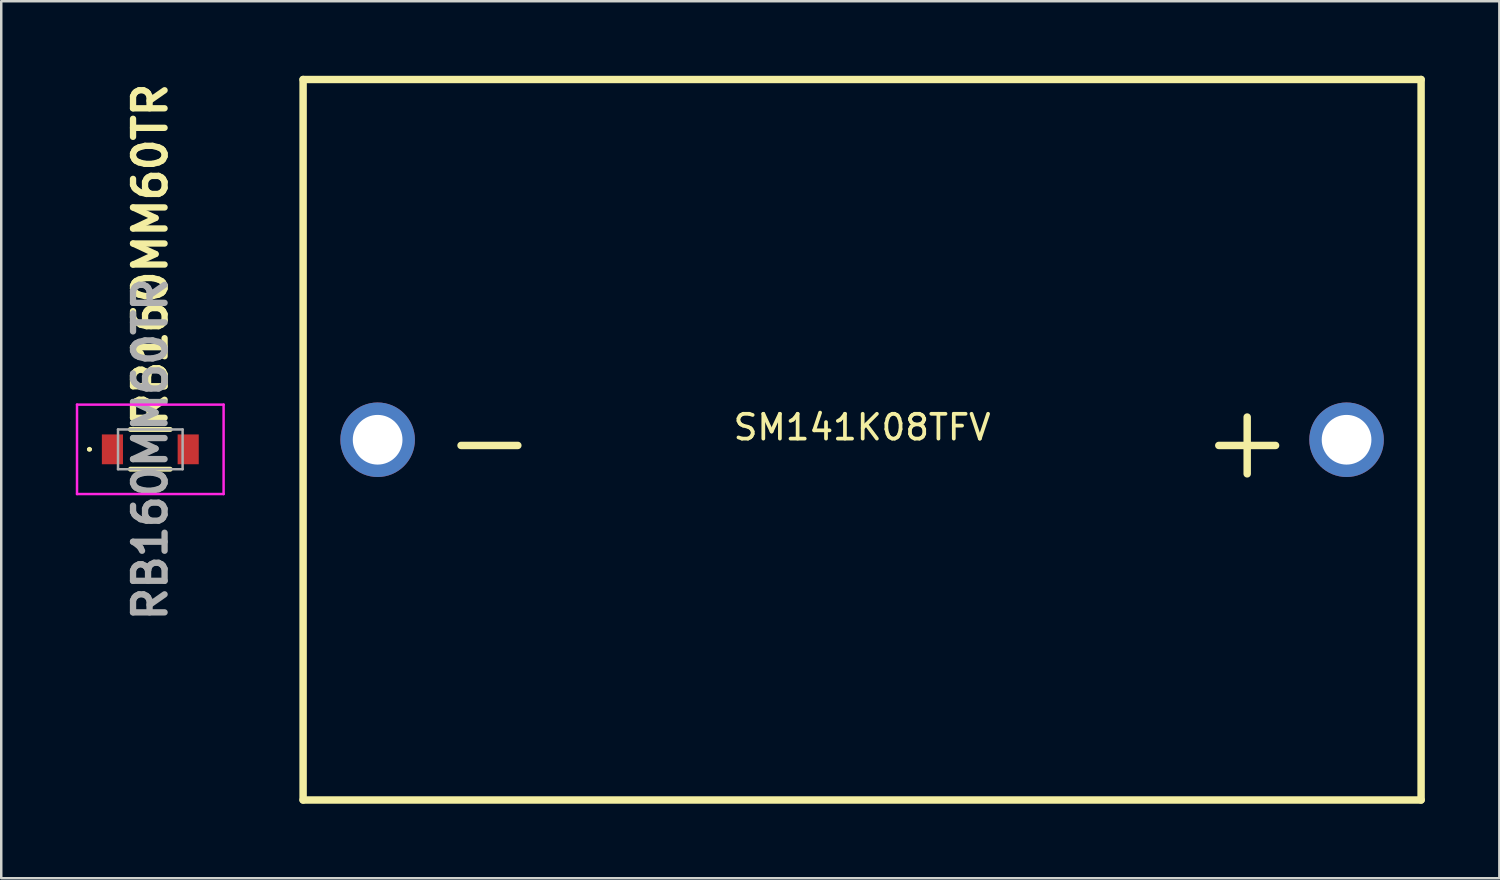
<source format=kicad_pcb>
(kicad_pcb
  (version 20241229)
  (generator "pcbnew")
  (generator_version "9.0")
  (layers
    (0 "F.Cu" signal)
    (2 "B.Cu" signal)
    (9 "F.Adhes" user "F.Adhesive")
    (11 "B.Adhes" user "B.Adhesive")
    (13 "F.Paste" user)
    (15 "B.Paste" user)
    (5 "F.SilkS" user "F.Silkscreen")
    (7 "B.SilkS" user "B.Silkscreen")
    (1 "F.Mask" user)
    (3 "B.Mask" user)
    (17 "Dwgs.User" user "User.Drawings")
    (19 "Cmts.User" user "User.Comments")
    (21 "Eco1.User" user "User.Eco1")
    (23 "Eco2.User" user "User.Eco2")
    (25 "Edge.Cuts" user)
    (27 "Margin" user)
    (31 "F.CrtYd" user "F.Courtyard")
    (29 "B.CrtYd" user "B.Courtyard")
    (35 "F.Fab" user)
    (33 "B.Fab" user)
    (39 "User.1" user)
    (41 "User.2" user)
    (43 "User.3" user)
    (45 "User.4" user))
  (footprint "RB160MM60TR"
    (layer "F.Cu")
    (at 3 15.036)
    (property "Reference" "RB160MM60TR" (at 0 -0.8 90) (layer "F.SilkS") (effects (font (size 1.27 1.27) (thickness 0.254)) (justify left)))
    (attr smd)
    (fp_line (start -2.5 0) (end -2.5 0) (stroke (width 0.1) (type solid)) (layer "F.SilkS"))
    (fp_line (start -2.4 0) (end -2.4 0) (stroke (width 0.1) (type solid)) (layer "F.SilkS"))
    (fp_line (start -0.8 -0.8) (end 0.8 -0.8) (stroke (width 0.2) (type solid)) (layer "F.SilkS"))
    (fp_line (start -0.8 0.8) (end 0.8 0.8) (stroke (width 0.2) (type solid)) (layer "F.SilkS"))
    (fp_arc (start -2.5 0) (mid -2.45 -0.05) (end -2.4 0) (stroke (width 0.1) (type solid)) (layer "F.SilkS"))
    (fp_arc (start -2.4 0) (mid -2.45 0.05) (end -2.5 0) (stroke (width 0.1) (type solid)) (layer "F.SilkS"))
    (fp_line (start -2.95 -1.8) (end 2.95 -1.8) (stroke (width 0.1) (type solid)) (layer "F.CrtYd"))
    (fp_line (start -2.95 1.8) (end -2.95 -1.8) (stroke (width 0.1) (type solid)) (layer "F.CrtYd"))
    (fp_line (start 2.95 -1.8) (end 2.95 1.8) (stroke (width 0.1) (type solid)) (layer "F.CrtYd"))
    (fp_line (start 2.95 1.8) (end -2.95 1.8) (stroke (width 0.1) (type solid)) (layer "F.CrtYd"))
    (fp_line (start -1.3 -0.8) (end 1.3 -0.8) (stroke (width 0.1) (type solid)) (layer "F.Fab"))
    (fp_line (start -1.3 0.8) (end -1.3 -0.8) (stroke (width 0.1) (type solid)) (layer "F.Fab"))
    (fp_line (start 1.3 -0.8) (end 1.3 0.8) (stroke (width 0.1) (type solid)) (layer "F.Fab"))
    (fp_line (start 1.3 0.8) (end -1.3 0.8) (stroke (width 0.1) (type solid)) (layer "F.Fab"))
    (fp_text user "${REFERENCE}" (at 0 0 90) (layer "F.Fab") (effects (font (size 1.27 1.27) (thickness 0.254))))
    (pad "1" smd rect (at -1.525 0 180) (size 0.85 1.2) (layers "F.Cu" "F.Mask" "F.Paste"))
    (pad "2" smd rect (at 1.525 0 180) (size 0.85 1.2) (layers "F.Cu" "F.Mask" "F.Paste")))
  (footprint "SM141K08TFV"
    (layer "F.Cu")
    (at 31.65 14.65)
    (property "Reference" "SM141K08TFV" (at 0 -0.5 0) (unlocked yes) (layer "F.SilkS") (effects (font (size 1 1) (thickness 0.15))))
    (attr smd)
    (fp_line (start -22.5 -14.5) (end 22.5 -14.5) (stroke (width 0.3) (type solid)) (layer "F.SilkS"))
    (fp_line (start -22.5 14.5) (end -22.5 -14.5) (stroke (width 0.3) (type solid)) (layer "F.SilkS"))
    (fp_line (start 22.5 -14.5) (end 22.5 14.5) (stroke (width 0.3) (type solid)) (layer "F.SilkS"))
    (fp_line (start 22.5 14.5) (end -22.5 14.5) (stroke (width 0.3) (type solid)) (layer "F.SilkS"))
    (fp_text user "-" (at -15 0 180) (layer "F.SilkS") (effects (font (size 3 3) (thickness 0.3))))
    (fp_text user "+" (at 15.5 0 180) (layer "F.SilkS") (effects (font (size 3 3) (thickness 0.3))))
    (pad "0" thru_hole circle (at -19.5 0) (size 3 3) (drill 2) (layers "*.Cu" "*.Mask"))
    (pad "1" thru_hole circle (at 19.5 0) (size 3 3) (drill 2) (layers "*.Cu" "*.Mask")))
  (gr_rect
    (start -3 -3)
    (end 57.3 32.3)
    (stroke (width 0.1) (type default))
    (fill no)
    (layer "Edge.Cuts")))
</source>
